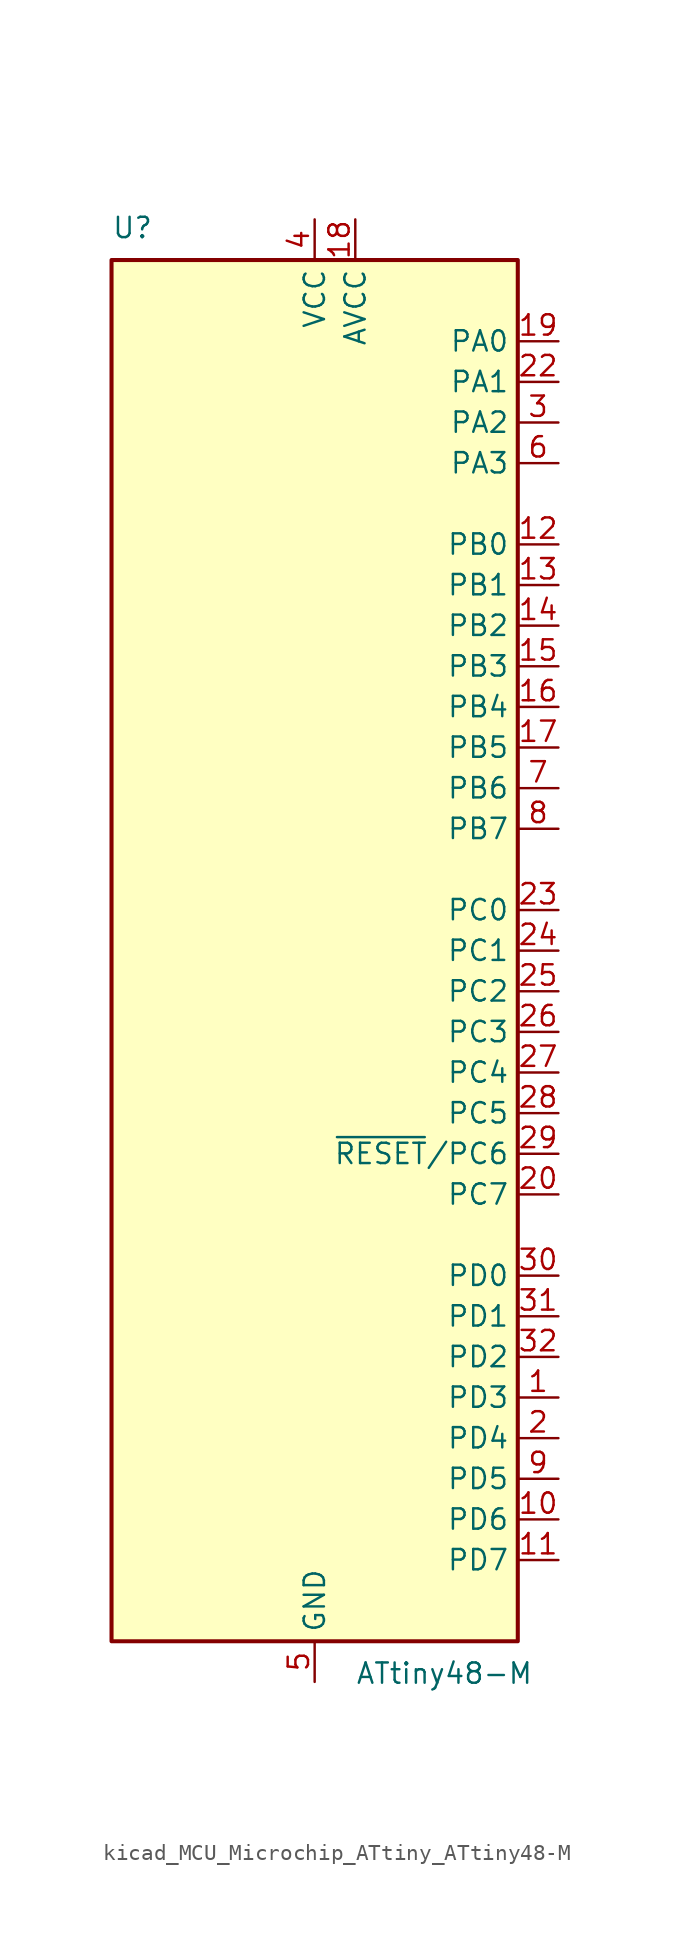
<source format=kicad_sym>
(kicad_symbol_lib
  (version 20220914)
  (generator kicad_symbol_editor)
  (symbol "kicad_MCU_Microchip_ATtiny_ATtiny48-M"
    (property "Reference" "U"
      (at -12.7 44.45 0)
      (effects (font (size 1.27 1.27)) (justify left bottom)))
    (property "Value" "ATtiny48-M"
      (at 2.54 -44.45 0)
      (effects (font (size 1.27 1.27)) (justify left top)))
    (symbol "kicad_MCU_Microchip_ATtiny_ATtiny48-M_0_1"
      (rectangle (start -12.7 -43.18) (end 12.7 43.18) (stroke (width 0.254) (type default)) (fill (type background))))
    (symbol "kicad_MCU_Microchip_ATtiny_ATtiny48-M_1_1"
      (pin bidirectional line (at 15.24 -27.94 180) (length 2.54) (name "PD3" (effects (font (size 1.27 1.27)))) (number "1" (effects (font (size 1.27 1.27)))))
      (pin bidirectional line (at 15.24 -35.56 180) (length 2.54) (name "PD6" (effects (font (size 1.27 1.27)))) (number "10" (effects (font (size 1.27 1.27)))))
      (pin bidirectional line (at 15.24 -38.1 180) (length 2.54) (name "PD7" (effects (font (size 1.27 1.27)))) (number "11" (effects (font (size 1.27 1.27)))))
      (pin bidirectional line (at 15.24 25.4 180) (length 2.54) (name "PB0" (effects (font (size 1.27 1.27)))) (number "12" (effects (font (size 1.27 1.27)))))
      (pin bidirectional line (at 15.24 22.86 180) (length 2.54) (name "PB1" (effects (font (size 1.27 1.27)))) (number "13" (effects (font (size 1.27 1.27)))))
      (pin bidirectional line (at 15.24 20.32 180) (length 2.54) (name "PB2" (effects (font (size 1.27 1.27)))) (number "14" (effects (font (size 1.27 1.27)))))
      (pin bidirectional line (at 15.24 17.78 180) (length 2.54) (name "PB3" (effects (font (size 1.27 1.27)))) (number "15" (effects (font (size 1.27 1.27)))))
      (pin bidirectional line (at 15.24 15.24 180) (length 2.54) (name "PB4" (effects (font (size 1.27 1.27)))) (number "16" (effects (font (size 1.27 1.27)))))
      (pin bidirectional line (at 15.24 12.7 180) (length 2.54) (name "PB5" (effects (font (size 1.27 1.27)))) (number "17" (effects (font (size 1.27 1.27)))))
      (pin power_in line (at 2.54 45.72 270) (length 2.54) (name "AVCC" (effects (font (size 1.27 1.27)))) (number "18" (effects (font (size 1.27 1.27)))))
      (pin bidirectional line (at 15.24 38.1 180) (length 2.54) (name "PA0" (effects (font (size 1.27 1.27)))) (number "19" (effects (font (size 1.27 1.27)))))
      (pin bidirectional line (at 15.24 -30.48 180) (length 2.54) (name "PD4" (effects (font (size 1.27 1.27)))) (number "2" (effects (font (size 1.27 1.27)))))
      (pin bidirectional line (at 15.24 -15.24 180) (length 2.54) (name "PC7" (effects (font (size 1.27 1.27)))) (number "20" (effects (font (size 1.27 1.27)))))
      (pin passive line (at 0 -45.72 90) (length 2.54) hide (name "GND" (effects (font (size 1.27 1.27)))) (number "21" (effects (font (size 1.27 1.27)))))
      (pin bidirectional line (at 15.24 35.56 180) (length 2.54) (name "PA1" (effects (font (size 1.27 1.27)))) (number "22" (effects (font (size 1.27 1.27)))))
      (pin bidirectional line (at 15.24 2.54 180) (length 2.54) (name "PC0" (effects (font (size 1.27 1.27)))) (number "23" (effects (font (size 1.27 1.27)))))
      (pin bidirectional line (at 15.24 0 180) (length 2.54) (name "PC1" (effects (font (size 1.27 1.27)))) (number "24" (effects (font (size 1.27 1.27)))))
      (pin bidirectional line (at 15.24 -2.54 180) (length 2.54) (name "PC2" (effects (font (size 1.27 1.27)))) (number "25" (effects (font (size 1.27 1.27)))))
      (pin bidirectional line (at 15.24 -5.08 180) (length 2.54) (name "PC3" (effects (font (size 1.27 1.27)))) (number "26" (effects (font (size 1.27 1.27)))))
      (pin bidirectional line (at 15.24 -7.62 180) (length 2.54) (name "PC4" (effects (font (size 1.27 1.27)))) (number "27" (effects (font (size 1.27 1.27)))))
      (pin bidirectional line (at 15.24 -10.16 180) (length 2.54) (name "PC5" (effects (font (size 1.27 1.27)))) (number "28" (effects (font (size 1.27 1.27)))))
      (pin bidirectional line (at 15.24 -12.7 180) (length 2.54) (name "~{RESET}/PC6" (effects (font (size 1.27 1.27)))) (number "29" (effects (font (size 1.27 1.27)))))
      (pin bidirectional line (at 15.24 33.02 180) (length 2.54) (name "PA2" (effects (font (size 1.27 1.27)))) (number "3" (effects (font (size 1.27 1.27)))))
      (pin bidirectional line (at 15.24 -20.32 180) (length 2.54) (name "PD0" (effects (font (size 1.27 1.27)))) (number "30" (effects (font (size 1.27 1.27)))))
      (pin bidirectional line (at 15.24 -22.86 180) (length 2.54) (name "PD1" (effects (font (size 1.27 1.27)))) (number "31" (effects (font (size 1.27 1.27)))))
      (pin bidirectional line (at 15.24 -25.4 180) (length 2.54) (name "PD2" (effects (font (size 1.27 1.27)))) (number "32" (effects (font (size 1.27 1.27)))))
      (pin passive line (at 0 -45.72 90) (length 2.54) hide (name "GND" (effects (font (size 1.27 1.27)))) (number "33" (effects (font (size 1.27 1.27)))))
      (pin power_in line (at 0 45.72 270) (length 2.54) (name "VCC" (effects (font (size 1.27 1.27)))) (number "4" (effects (font (size 1.27 1.27)))))
      (pin power_in line (at 0 -45.72 90) (length 2.54) (name "GND" (effects (font (size 1.27 1.27)))) (number "5" (effects (font (size 1.27 1.27)))))
      (pin bidirectional line (at 15.24 30.48 180) (length 2.54) (name "PA3" (effects (font (size 1.27 1.27)))) (number "6" (effects (font (size 1.27 1.27)))))
      (pin bidirectional line (at 15.24 10.16 180) (length 2.54) (name "PB6" (effects (font (size 1.27 1.27)))) (number "7" (effects (font (size 1.27 1.27)))))
      (pin bidirectional line (at 15.24 7.62 180) (length 2.54) (name "PB7" (effects (font (size 1.27 1.27)))) (number "8" (effects (font (size 1.27 1.27)))))
      (pin bidirectional line (at 15.24 -33.02 180) (length 2.54) (name "PD5" (effects (font (size 1.27 1.27)))) (number "9" (effects (font (size 1.27 1.27))))))))
</source>
